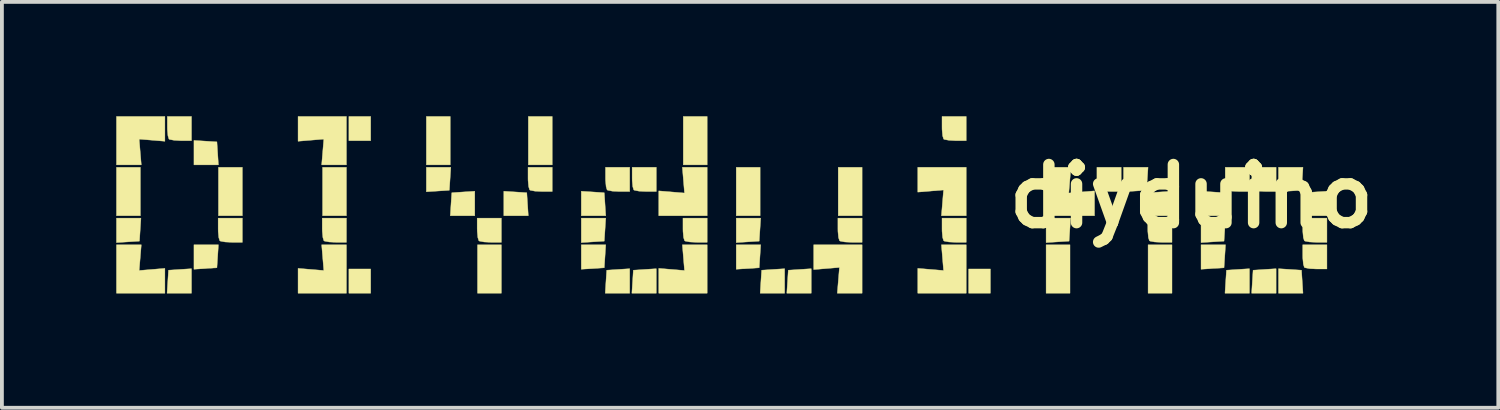
<source format=kicad_pcb>
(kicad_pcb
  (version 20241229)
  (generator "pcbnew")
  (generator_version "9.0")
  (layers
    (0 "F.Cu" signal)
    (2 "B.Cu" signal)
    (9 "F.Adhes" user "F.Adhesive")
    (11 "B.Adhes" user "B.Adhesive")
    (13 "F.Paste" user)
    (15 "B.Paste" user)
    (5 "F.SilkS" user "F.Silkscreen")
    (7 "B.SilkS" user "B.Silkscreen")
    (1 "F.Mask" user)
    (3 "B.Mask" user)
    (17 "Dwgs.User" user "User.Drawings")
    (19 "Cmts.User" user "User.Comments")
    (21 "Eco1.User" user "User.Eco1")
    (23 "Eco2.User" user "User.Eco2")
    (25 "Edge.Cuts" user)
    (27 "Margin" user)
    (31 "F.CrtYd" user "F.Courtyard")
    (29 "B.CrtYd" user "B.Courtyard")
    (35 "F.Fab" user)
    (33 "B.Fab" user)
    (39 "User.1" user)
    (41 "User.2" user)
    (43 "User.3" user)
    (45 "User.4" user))
  (footprint "diyduino"
    (layer "F.Cu")
    (at 28.199 2.1)
    (property "Reference" "diyduino" (at 0 0 0) (layer "F.SilkS") (effects (font (size 1.524 1.524) (thickness 0.3))))
    (attr through_hole)
    (fp_poly (pts (xy -27.591 1.175) (xy -28.194 1.213) (xy -28.194 0.572) (xy -27.552 0.572) (xy -27.591 1.175)) (stroke (width 0.01) (type solid)) (fill yes) (layer "F.SilkS"))
    (fp_poly (pts (xy -27.567 0.508) (xy -28.194 0.508) (xy -28.194 -0.762) (xy -27.567 -0.762) (xy -27.567 0.508)) (stroke (width 0.01) (type solid)) (fill yes) (layer "F.SilkS"))
    (fp_poly (pts (xy -25.559 1.873) (xy -26.162 1.912) (xy -26.162 1.27) (xy -25.52 1.27) (xy -25.559 1.873)) (stroke (width 0.01) (type solid)) (fill yes) (layer "F.SilkS"))
    (fp_poly (pts (xy -24.892 0.508) (xy -25.519 0.508) (xy -25.519 -0.762) (xy -24.892 -0.762) (xy -24.892 0.508)) (stroke (width 0.01) (type solid)) (fill yes) (layer "F.SilkS"))
    (fp_poly (pts (xy -22.162 0.508) (xy -22.788 0.508) (xy -22.788 -0.762) (xy -22.162 -0.762) (xy -22.162 0.508)) (stroke (width 0.01) (type solid)) (fill yes) (layer "F.SilkS"))
    (fp_poly (pts (xy -21.526 -1.46) (xy -22.098 -1.46) (xy -22.098 -2.095) (xy -21.526 -2.095) (xy -21.526 -1.46)) (stroke (width 0.01) (type solid)) (fill yes) (layer "F.SilkS"))
    (fp_poly (pts (xy -21.526 2.54) (xy -22.098 2.54) (xy -22.098 1.905) (xy -21.526 1.905) (xy -21.526 2.54)) (stroke (width 0.01) (type solid)) (fill yes) (layer "F.SilkS"))
    (fp_poly (pts (xy -19.463 -0.159) (xy -20.066 -0.12) (xy -20.066 -0.762) (xy -19.424 -0.762) (xy -19.463 -0.159)) (stroke (width 0.01) (type solid)) (fill yes) (layer "F.SilkS"))
    (fp_poly (pts (xy -19.439 -0.826) (xy -20.066 -0.826) (xy -20.066 -2.095) (xy -19.439 -2.095) (xy -19.439 -0.826)) (stroke (width 0.01) (type solid)) (fill yes) (layer "F.SilkS"))
    (fp_poly (pts (xy -18.098 2.54) (xy -18.724 2.54) (xy -18.724 1.27) (xy -18.098 1.27) (xy -18.098 2.54)) (stroke (width 0.01) (type solid)) (fill yes) (layer "F.SilkS"))
    (fp_poly (pts (xy -16.764 -0.826) (xy -17.391 -0.826) (xy -17.391 -2.095) (xy -16.764 -2.095) (xy -16.764 -0.826)) (stroke (width 0.01) (type solid)) (fill yes) (layer "F.SilkS"))
    (fp_poly (pts (xy -15.399 1.175) (xy -16.002 1.213) (xy -16.002 0.572) (xy -15.36 0.572) (xy -15.399 1.175)) (stroke (width 0.01) (type solid)) (fill yes) (layer "F.SilkS"))
    (fp_poly (pts (xy -15.399 1.873) (xy -16.002 1.912) (xy -16.002 1.27) (xy -15.36 1.27) (xy -15.399 1.873)) (stroke (width 0.01) (type solid)) (fill yes) (layer "F.SilkS"))
    (fp_poly (pts (xy -12.7 -0.826) (xy -13.327 -0.826) (xy -13.327 -2.095) (xy -12.7 -2.095) (xy -12.7 -0.826)) (stroke (width 0.01) (type solid)) (fill yes) (layer "F.SilkS"))
    (fp_poly (pts (xy -11.335 1.175) (xy -11.938 1.213) (xy -11.938 0.572) (xy -11.296 0.572) (xy -11.335 1.175)) (stroke (width 0.01) (type solid)) (fill yes) (layer "F.SilkS"))
    (fp_poly (pts (xy -11.335 1.873) (xy -11.938 1.912) (xy -11.938 1.27) (xy -11.296 1.27) (xy -11.335 1.873)) (stroke (width 0.01) (type solid)) (fill yes) (layer "F.SilkS"))
    (fp_poly (pts (xy -11.311 0.508) (xy -11.938 0.508) (xy -11.938 -0.762) (xy -11.311 -0.762) (xy -11.311 0.508)) (stroke (width 0.01) (type solid)) (fill yes) (layer "F.SilkS"))
    (fp_poly (pts (xy -8.636 0.508) (xy -9.263 0.508) (xy -9.263 -0.762) (xy -8.636 -0.762) (xy -8.636 0.508)) (stroke (width 0.01) (type solid)) (fill yes) (layer "F.SilkS"))
    (fp_poly (pts (xy -5.271 2.54) (xy -5.842 2.54) (xy -5.842 1.905) (xy -5.271 1.905) (xy -5.271 2.54)) (stroke (width 0.01) (type solid)) (fill yes) (layer "F.SilkS"))
    (fp_poly (pts (xy -3.207 1.175) (xy -3.81 1.213) (xy -3.81 0.572) (xy -3.168 0.572) (xy -3.207 1.175)) (stroke (width 0.01) (type solid)) (fill yes) (layer "F.SilkS"))
    (fp_poly (pts (xy -3.183 2.54) (xy -3.81 2.54) (xy -3.81 1.27) (xy -3.183 1.27) (xy -3.183 2.54)) (stroke (width 0.01) (type solid)) (fill yes) (layer "F.SilkS"))
    (fp_poly (pts (xy -1.175 -0.159) (xy -1.778 -0.12) (xy -1.778 -0.762) (xy -1.136 -0.762) (xy -1.175 -0.159)) (stroke (width 0.01) (type solid)) (fill yes) (layer "F.SilkS"))
    (fp_poly (pts (xy -0.508 2.54) (xy -1.135 2.54) (xy -1.135 1.27) (xy -0.508 1.27) (xy -0.508 2.54)) (stroke (width 0.01) (type solid)) (fill yes) (layer "F.SilkS"))
    (fp_poly (pts (xy 0.857 1.175) (xy 0.254 1.213) (xy 0.254 0.572) (xy 0.896 0.572) (xy 0.857 1.175)) (stroke (width 0.01) (type solid)) (fill yes) (layer "F.SilkS"))
    (fp_poly (pts (xy 0.857 1.873) (xy 0.254 1.912) (xy 0.254 1.27) (xy 0.896 1.27) (xy 0.857 1.873)) (stroke (width 0.01) (type solid)) (fill yes) (layer "F.SilkS"))
    (fp_poly (pts (xy 2.889 -0.159) (xy 2.286 -0.12) (xy 2.286 -0.762) (xy 2.928 -0.762) (xy 2.889 -0.159)) (stroke (width 0.01) (type solid)) (fill yes) (layer "F.SilkS"))
    (fp_poly (pts (xy -25.86 -1.448) (xy -25.559 -1.429) (xy -25.52 -0.826) (xy -26.162 -0.826) (xy -26.162 -1.467) (xy -25.86 -1.448)) (stroke (width 0.01) (type solid)) (fill yes) (layer "F.SilkS"))
    (fp_poly (pts (xy -17.732 -0.115) (xy -17.431 -0.095) (xy -17.392 0.508) (xy -18.034 0.508) (xy -18.034 -0.134) (xy -17.732 -0.115)) (stroke (width 0.01) (type solid)) (fill yes) (layer "F.SilkS"))
    (fp_poly (pts (xy -15.7 -0.115) (xy -15.399 -0.095) (xy -15.36 0.508) (xy -16.002 0.508) (xy -16.002 -0.134) (xy -15.7 -0.115)) (stroke (width 0.01) (type solid)) (fill yes) (layer "F.SilkS"))
    (fp_poly (pts (xy 0.556 -0.115) (xy 0.857 -0.095) (xy 0.896 0.508) (xy 0.254 0.508) (xy 0.254 -0.134) (xy 0.556 -0.115)) (stroke (width 0.01) (type solid)) (fill yes) (layer "F.SilkS"))
    (fp_poly (pts (xy 2.588 1.917) (xy 2.889 1.937) (xy 2.928 2.54) (xy 2.286 2.54) (xy 2.286 1.898) (xy 2.588 1.917)) (stroke (width 0.01) (type solid)) (fill yes) (layer "F.SilkS"))
    (fp_poly (pts (xy -26.226 2.54) (xy -26.867 2.54) (xy -26.848 2.238) (xy -26.829 1.937) (xy -26.527 1.917) (xy -26.226 1.898) (xy -26.226 2.54)) (stroke (width 0.01) (type solid)) (fill yes) (layer "F.SilkS"))
    (fp_poly (pts (xy -18.796 0.508) (xy -19.438 0.508) (xy -19.419 0.206) (xy -19.399 -0.095) (xy -19.098 -0.115) (xy -18.796 -0.134) (xy -18.796 0.508)) (stroke (width 0.01) (type solid)) (fill yes) (layer "F.SilkS"))
    (fp_poly (pts (xy -14.732 2.54) (xy -15.374 2.54) (xy -15.355 2.238) (xy -15.335 1.937) (xy -15.034 1.917) (xy -14.732 1.898) (xy -14.732 2.54)) (stroke (width 0.01) (type solid)) (fill yes) (layer "F.SilkS"))
    (fp_poly (pts (xy -14.034 2.54) (xy -14.675 2.54) (xy -14.656 2.238) (xy -14.637 1.937) (xy -14.335 1.917) (xy -14.034 1.898) (xy -14.034 2.54)) (stroke (width 0.01) (type solid)) (fill yes) (layer "F.SilkS"))
    (fp_poly (pts (xy -10.668 2.54) (xy -11.31 2.54) (xy -11.291 2.238) (xy -11.271 1.937) (xy -10.97 1.917) (xy -10.668 1.898) (xy -10.668 2.54)) (stroke (width 0.01) (type solid)) (fill yes) (layer "F.SilkS"))
    (fp_poly (pts (xy -9.97 2.54) (xy -10.611 2.54) (xy -10.592 2.238) (xy -10.573 1.937) (xy -10.271 1.917) (xy -9.97 1.898) (xy -9.97 2.54)) (stroke (width 0.01) (type solid)) (fill yes) (layer "F.SilkS"))
    (fp_poly (pts (xy -0.508 0.508) (xy -1.15 0.508) (xy -1.131 0.206) (xy -1.111 -0.095) (xy -0.81 -0.115) (xy -0.508 -0.134) (xy -0.508 0.508)) (stroke (width 0.01) (type solid)) (fill yes) (layer "F.SilkS"))
    (fp_poly (pts (xy 1.524 2.54) (xy 0.882 2.54) (xy 0.901 2.238) (xy 0.921 1.937) (xy 1.222 1.917) (xy 1.524 1.898) (xy 1.524 2.54)) (stroke (width 0.01) (type solid)) (fill yes) (layer "F.SilkS"))
    (fp_poly (pts (xy 2.223 2.54) (xy 1.581 2.54) (xy 1.6 2.238) (xy 1.619 1.937) (xy 1.921 1.917) (xy 2.223 1.898) (xy 2.223 2.54)) (stroke (width 0.01) (type solid)) (fill yes) (layer "F.SilkS"))
    (fp_poly (pts (xy 3.556 0.508) (xy 2.914 0.508) (xy 2.933 0.206) (xy 2.953 -0.095) (xy 3.254 -0.115) (xy 3.556 -0.134) (xy 3.556 0.508)) (stroke (width 0.01) (type solid)) (fill yes) (layer "F.SilkS"))
    (fp_poly (pts (xy -27.571 1.608) (xy -27.599 1.945) (xy -27.262 1.917) (xy -26.924 1.889) (xy -26.924 2.54) (xy -28.194 2.54) (xy -28.194 1.27) (xy -27.543 1.27) (xy -27.571 1.608)) (stroke (width 0.01) (type solid)) (fill yes) (layer "F.SilkS"))
    (fp_poly (pts (xy -26.924 -1.445) (xy -27.262 -1.473) (xy -27.599 -1.501) (xy -27.571 -1.163) (xy -27.543 -0.826) (xy -28.194 -0.826) (xy -28.194 -2.095) (xy -26.924 -2.095) (xy -26.924 -1.445)) (stroke (width 0.01) (type solid)) (fill yes) (layer "F.SilkS"))
    (fp_poly (pts (xy -22.162 -0.826) (xy -22.812 -0.826) (xy -22.784 -1.163) (xy -22.756 -1.501) (xy -23.094 -1.473) (xy -23.431 -1.445) (xy -23.431 -2.095) (xy -22.162 -2.095) (xy -22.162 -0.826)) (stroke (width 0.01) (type solid)) (fill yes) (layer "F.SilkS"))
    (fp_poly (pts (xy -22.162 2.54) (xy -23.431 2.54) (xy -23.431 1.889) (xy -23.094 1.917) (xy -22.756 1.945) (xy -22.784 1.608) (xy -22.812 1.27) (xy -22.162 1.27) (xy -22.162 2.54)) (stroke (width 0.01) (type solid)) (fill yes) (layer "F.SilkS"))
    (fp_poly (pts (xy -12.7 0.508) (xy -13.97 0.508) (xy -13.97 -0.143) (xy -13.632 -0.115) (xy -13.295 -0.087) (xy -13.323 -0.424) (xy -13.351 -0.762) (xy -12.7 -0.762) (xy -12.7 0.508)) (stroke (width 0.01) (type solid)) (fill yes) (layer "F.SilkS"))
    (fp_poly (pts (xy -12.7 2.54) (xy -13.97 2.54) (xy -13.97 1.889) (xy -13.632 1.917) (xy -13.295 1.945) (xy -13.323 1.608) (xy -13.351 1.27) (xy -12.7 1.27) (xy -12.7 2.54)) (stroke (width 0.01) (type solid)) (fill yes) (layer "F.SilkS"))
    (fp_poly (pts (xy -8.636 2.54) (xy -9.287 2.54) (xy -9.259 2.202) (xy -9.231 1.865) (xy -9.568 1.893) (xy -9.906 1.921) (xy -9.906 1.27) (xy -8.636 1.27) (xy -8.636 2.54)) (stroke (width 0.01) (type solid)) (fill yes) (layer "F.SilkS"))
    (fp_poly (pts (xy -5.905 0.508) (xy -6.556 0.508) (xy -6.528 0.17) (xy -6.5 -0.167) (xy -6.838 -0.139) (xy -7.176 -0.111) (xy -7.176 -0.762) (xy -5.905 -0.762) (xy -5.905 0.508)) (stroke (width 0.01) (type solid)) (fill yes) (layer "F.SilkS"))
    (fp_poly (pts (xy -5.905 2.54) (xy -7.176 2.54) (xy -7.176 1.889) (xy -6.838 1.917) (xy -6.5 1.945) (xy -6.528 1.608) (xy -6.556 1.27) (xy -5.905 1.27) (xy -5.905 2.54)) (stroke (width 0.01) (type solid)) (fill yes) (layer "F.SilkS"))
    (fp_poly (pts (xy -3.187 -0.424) (xy -3.215 -0.087) (xy -2.878 -0.115) (xy -2.54 -0.143) (xy -2.54 0.508) (xy -3.81 0.508) (xy -3.81 -0.762) (xy -3.159 -0.762) (xy -3.187 -0.424)) (stroke (width 0.01) (type solid)) (fill yes) (layer "F.SilkS"))
    (fp_poly (pts (xy -26.226 -1.46) (xy -26.501 -1.46) (xy -26.679 -1.47) (xy -26.798 -1.492) (xy -26.818 -1.503) (xy -26.844 -1.587) (xy -26.859 -1.749) (xy -26.86 -1.82) (xy -26.86 -2.095) (xy -26.226 -2.095) (xy -26.226 -1.46)) (stroke (width 0.01) (type solid)) (fill yes) (layer "F.SilkS"))
    (fp_poly (pts (xy -24.892 1.206) (xy -25.167 1.206) (xy -25.345 1.197) (xy -25.465 1.175) (xy -25.485 1.164) (xy -25.511 1.08) (xy -25.526 0.918) (xy -25.527 0.847) (xy -25.527 0.572) (xy -24.892 0.572) (xy -24.892 1.206)) (stroke (width 0.01) (type solid)) (fill yes) (layer "F.SilkS"))
    (fp_poly (pts (xy -22.162 1.206) (xy -22.437 1.206) (xy -22.615 1.197) (xy -22.734 1.175) (xy -22.754 1.164) (xy -22.78 1.08) (xy -22.795 0.918) (xy -22.797 0.847) (xy -22.797 0.572) (xy -22.162 0.572) (xy -22.162 1.206)) (stroke (width 0.01) (type solid)) (fill yes) (layer "F.SilkS"))
    (fp_poly (pts (xy -18.098 1.206) (xy -18.373 1.206) (xy -18.551 1.197) (xy -18.67 1.175) (xy -18.69 1.164) (xy -18.716 1.08) (xy -18.731 0.918) (xy -18.733 0.847) (xy -18.733 0.572) (xy -18.098 0.572) (xy -18.098 1.206)) (stroke (width 0.01) (type solid)) (fill yes) (layer "F.SilkS"))
    (fp_poly (pts (xy -16.764 -0.127) (xy -17.039 -0.127) (xy -17.217 -0.136) (xy -17.337 -0.159) (xy -17.357 -0.169) (xy -17.383 -0.254) (xy -17.398 -0.416) (xy -17.399 -0.487) (xy -17.399 -0.762) (xy -16.764 -0.762) (xy -16.764 -0.127)) (stroke (width 0.01) (type solid)) (fill yes) (layer "F.SilkS"))
    (fp_poly (pts (xy -14.732 -0.127) (xy -15.007 -0.127) (xy -15.185 -0.136) (xy -15.305 -0.159) (xy -15.325 -0.169) (xy -15.351 -0.254) (xy -15.366 -0.416) (xy -15.367 -0.487) (xy -15.367 -0.762) (xy -14.732 -0.762) (xy -14.732 -0.127)) (stroke (width 0.01) (type solid)) (fill yes) (layer "F.SilkS"))
    (fp_poly (pts (xy -14.034 -0.127) (xy -14.309 -0.127) (xy -14.487 -0.136) (xy -14.606 -0.159) (xy -14.626 -0.169) (xy -14.652 -0.254) (xy -14.667 -0.416) (xy -14.668 -0.487) (xy -14.668 -0.762) (xy -14.034 -0.762) (xy -14.034 -0.127)) (stroke (width 0.01) (type solid)) (fill yes) (layer "F.SilkS"))
    (fp_poly (pts (xy -12.7 1.206) (xy -12.975 1.206) (xy -13.153 1.197) (xy -13.273 1.175) (xy -13.293 1.164) (xy -13.319 1.08) (xy -13.334 0.918) (xy -13.335 0.847) (xy -13.335 0.572) (xy -12.7 0.572) (xy -12.7 1.206)) (stroke (width 0.01) (type solid)) (fill yes) (layer "F.SilkS"))
    (fp_poly (pts (xy -8.636 1.206) (xy -8.911 1.206) (xy -9.089 1.197) (xy -9.209 1.175) (xy -9.229 1.164) (xy -9.255 1.08) (xy -9.27 0.918) (xy -9.271 0.847) (xy -9.271 0.572) (xy -8.636 0.572) (xy -8.636 1.206)) (stroke (width 0.01) (type solid)) (fill yes) (layer "F.SilkS"))
    (fp_poly (pts (xy -5.905 -1.46) (xy -6.181 -1.46) (xy -6.359 -1.47) (xy -6.478 -1.492) (xy -6.498 -1.503) (xy -6.524 -1.587) (xy -6.539 -1.749) (xy -6.54 -1.82) (xy -6.54 -2.095) (xy -5.905 -2.095) (xy -5.905 -1.46)) (stroke (width 0.01) (type solid)) (fill yes) (layer "F.SilkS"))
    (fp_poly (pts (xy -5.905 1.206) (xy -6.181 1.206) (xy -6.359 1.197) (xy -6.478 1.175) (xy -6.498 1.164) (xy -6.524 1.08) (xy -6.539 0.918) (xy -6.54 0.847) (xy -6.54 0.572) (xy -5.905 0.572) (xy -5.905 1.206)) (stroke (width 0.01) (type solid)) (fill yes) (layer "F.SilkS"))
    (fp_poly (pts (xy -1.841 -0.127) (xy -2.117 -0.127) (xy -2.295 -0.136) (xy -2.414 -0.159) (xy -2.434 -0.169) (xy -2.46 -0.254) (xy -2.475 -0.416) (xy -2.477 -0.487) (xy -2.477 -0.762) (xy -1.841 -0.762) (xy -1.841 -0.127)) (stroke (width 0.01) (type solid)) (fill yes) (layer "F.SilkS"))
    (fp_poly (pts (xy -0.508 1.206) (xy -0.783 1.206) (xy -0.961 1.197) (xy -1.081 1.175) (xy -1.101 1.164) (xy -1.127 1.08) (xy -1.142 0.918) (xy -1.143 0.847) (xy -1.143 0.572) (xy -0.508 0.572) (xy -0.508 1.206)) (stroke (width 0.01) (type solid)) (fill yes) (layer "F.SilkS"))
    (fp_poly (pts (xy 1.524 -0.127) (xy 1.249 -0.127) (xy 1.071 -0.136) (xy 0.951 -0.159) (xy 0.931 -0.169) (xy 0.905 -0.254) (xy 0.89 -0.416) (xy 0.889 -0.487) (xy 0.889 -0.762) (xy 1.524 -0.762) (xy 1.524 -0.127)) (stroke (width 0.01) (type solid)) (fill yes) (layer "F.SilkS"))
    (fp_poly (pts (xy 2.223 -0.127) (xy 1.947 -0.127) (xy 1.769 -0.136) (xy 1.65 -0.159) (xy 1.63 -0.169) (xy 1.604 -0.254) (xy 1.589 -0.416) (xy 1.587 -0.487) (xy 1.587 -0.762) (xy 2.223 -0.762) (xy 2.223 -0.127)) (stroke (width 0.01) (type solid)) (fill yes) (layer "F.SilkS"))
    (fp_poly (pts (xy 3.556 1.206) (xy 3.281 1.206) (xy 3.103 1.197) (xy 2.983 1.175) (xy 2.963 1.164) (xy 2.937 1.08) (xy 2.922 0.918) (xy 2.921 0.847) (xy 2.921 0.572) (xy 3.556 0.572) (xy 3.556 1.206)) (stroke (width 0.01) (type solid)) (fill yes) (layer "F.SilkS"))
    (fp_poly (pts (xy 3.556 1.905) (xy 3.281 1.905) (xy 3.103 1.896) (xy 2.983 1.873) (xy 2.963 1.863) (xy 2.937 1.778) (xy 2.922 1.616) (xy 2.921 1.545) (xy 2.921 1.27) (xy 3.556 1.27) (xy 3.556 1.905)) (stroke (width 0.01) (type solid)) (fill yes) (layer "F.SilkS")))
  (gr_rect
    (start -3 -3)
    (end 36.25 7.646)
    (stroke (width 0.1) (type default))
    (fill no)
    (layer "Edge.Cuts")))
</source>
